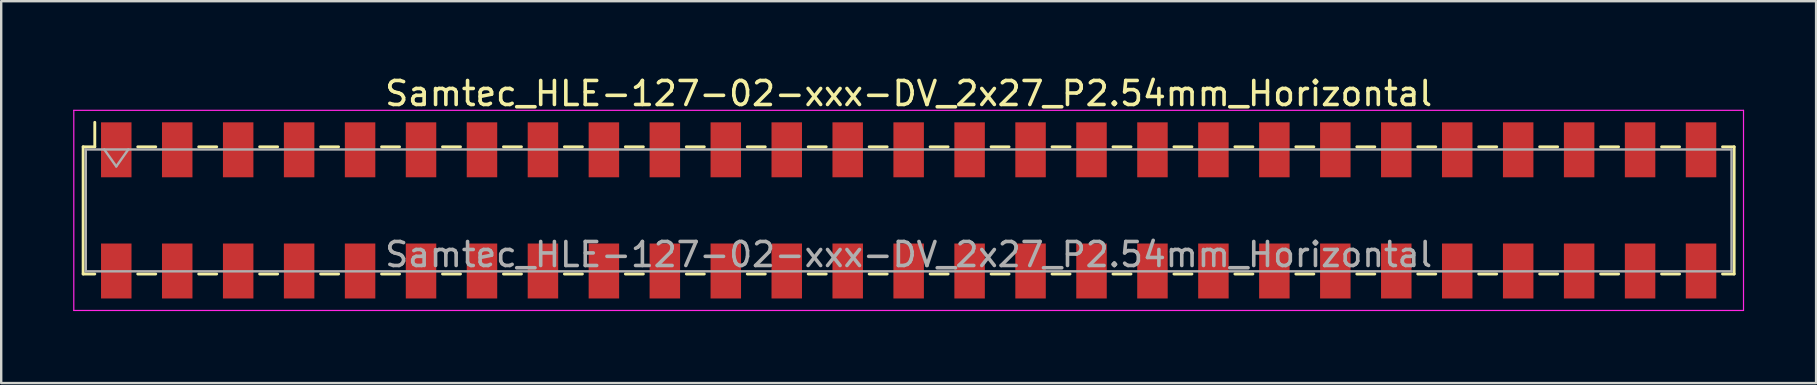
<source format=kicad_pcb>
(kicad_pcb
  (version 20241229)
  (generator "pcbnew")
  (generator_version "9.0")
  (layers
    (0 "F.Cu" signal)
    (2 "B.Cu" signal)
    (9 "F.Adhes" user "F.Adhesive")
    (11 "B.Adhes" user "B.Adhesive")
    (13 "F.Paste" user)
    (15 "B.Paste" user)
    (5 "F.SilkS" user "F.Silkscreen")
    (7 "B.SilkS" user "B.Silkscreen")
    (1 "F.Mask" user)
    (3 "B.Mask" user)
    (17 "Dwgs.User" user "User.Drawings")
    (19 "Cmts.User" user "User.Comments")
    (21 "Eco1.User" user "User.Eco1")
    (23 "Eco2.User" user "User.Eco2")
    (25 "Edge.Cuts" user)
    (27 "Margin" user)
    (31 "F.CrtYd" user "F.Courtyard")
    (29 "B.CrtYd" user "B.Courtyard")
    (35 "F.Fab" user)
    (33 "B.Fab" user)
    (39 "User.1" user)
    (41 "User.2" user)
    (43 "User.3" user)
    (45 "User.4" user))
  (footprint "Samtec_HLE-127-02-xxx-DV_2x27_P2.54mm_Horizontal"
    (layer "F.Cu")
    (at 34.815 5.718)
    (property "Reference" "Samtec_HLE-127-02-xxx-DV_2x27_P2.54mm_Horizontal" (at 0 -4.87 0) (layer "F.SilkS") (effects (font (size 1 1) (thickness 0.15))))
    (attr smd)
    (fp_line (start -34.4 -2.65) (end -34.4 2.65) (stroke (width 0.12) (type solid)) (layer "F.SilkS"))
    (fp_line (start -34.4 2.65) (end -33.915 2.65) (stroke (width 0.12) (type solid)) (layer "F.SilkS"))
    (fp_line (start -33.915 -3.67) (end -33.915 -2.65) (stroke (width 0.12) (type solid)) (layer "F.SilkS"))
    (fp_line (start -33.915 -2.65) (end -34.4 -2.65) (stroke (width 0.12) (type solid)) (layer "F.SilkS"))
    (fp_line (start -32.125 -2.65) (end -31.375 -2.65) (stroke (width 0.12) (type solid)) (layer "F.SilkS"))
    (fp_line (start -32.125 2.65) (end -31.375 2.65) (stroke (width 0.12) (type solid)) (layer "F.SilkS"))
    (fp_line (start -29.585 -2.65) (end -28.835 -2.65) (stroke (width 0.12) (type solid)) (layer "F.SilkS"))
    (fp_line (start -29.585 2.65) (end -28.835 2.65) (stroke (width 0.12) (type solid)) (layer "F.SilkS"))
    (fp_line (start -27.045 -2.65) (end -26.295 -2.65) (stroke (width 0.12) (type solid)) (layer "F.SilkS"))
    (fp_line (start -27.045 2.65) (end -26.295 2.65) (stroke (width 0.12) (type solid)) (layer "F.SilkS"))
    (fp_line (start -24.505 -2.65) (end -23.755 -2.65) (stroke (width 0.12) (type solid)) (layer "F.SilkS"))
    (fp_line (start -24.505 2.65) (end -23.755 2.65) (stroke (width 0.12) (type solid)) (layer "F.SilkS"))
    (fp_line (start -21.965 -2.65) (end -21.215 -2.65) (stroke (width 0.12) (type solid)) (layer "F.SilkS"))
    (fp_line (start -21.965 2.65) (end -21.215 2.65) (stroke (width 0.12) (type solid)) (layer "F.SilkS"))
    (fp_line (start -19.425 -2.65) (end -18.675 -2.65) (stroke (width 0.12) (type solid)) (layer "F.SilkS"))
    (fp_line (start -19.425 2.65) (end -18.675 2.65) (stroke (width 0.12) (type solid)) (layer "F.SilkS"))
    (fp_line (start -16.885 -2.65) (end -16.135 -2.65) (stroke (width 0.12) (type solid)) (layer "F.SilkS"))
    (fp_line (start -16.885 2.65) (end -16.135 2.65) (stroke (width 0.12) (type solid)) (layer "F.SilkS"))
    (fp_line (start -14.345 -2.65) (end -13.595 -2.65) (stroke (width 0.12) (type solid)) (layer "F.SilkS"))
    (fp_line (start -14.345 2.65) (end -13.595 2.65) (stroke (width 0.12) (type solid)) (layer "F.SilkS"))
    (fp_line (start -11.805 -2.65) (end -11.055 -2.65) (stroke (width 0.12) (type solid)) (layer "F.SilkS"))
    (fp_line (start -11.805 2.65) (end -11.055 2.65) (stroke (width 0.12) (type solid)) (layer "F.SilkS"))
    (fp_line (start -9.265 -2.65) (end -8.515 -2.65) (stroke (width 0.12) (type solid)) (layer "F.SilkS"))
    (fp_line (start -9.265 2.65) (end -8.515 2.65) (stroke (width 0.12) (type solid)) (layer "F.SilkS"))
    (fp_line (start -6.725 -2.65) (end -5.975 -2.65) (stroke (width 0.12) (type solid)) (layer "F.SilkS"))
    (fp_line (start -6.725 2.65) (end -5.975 2.65) (stroke (width 0.12) (type solid)) (layer "F.SilkS"))
    (fp_line (start -4.185 -2.65) (end -3.435 -2.65) (stroke (width 0.12) (type solid)) (layer "F.SilkS"))
    (fp_line (start -4.185 2.65) (end -3.435 2.65) (stroke (width 0.12) (type solid)) (layer "F.SilkS"))
    (fp_line (start -1.645 -2.65) (end -0.895 -2.65) (stroke (width 0.12) (type solid)) (layer "F.SilkS"))
    (fp_line (start -1.645 2.65) (end -0.895 2.65) (stroke (width 0.12) (type solid)) (layer "F.SilkS"))
    (fp_line (start 0.895 -2.65) (end 1.645 -2.65) (stroke (width 0.12) (type solid)) (layer "F.SilkS"))
    (fp_line (start 0.895 2.65) (end 1.645 2.65) (stroke (width 0.12) (type solid)) (layer "F.SilkS"))
    (fp_line (start 3.435 -2.65) (end 4.185 -2.65) (stroke (width 0.12) (type solid)) (layer "F.SilkS"))
    (fp_line (start 3.435 2.65) (end 4.185 2.65) (stroke (width 0.12) (type solid)) (layer "F.SilkS"))
    (fp_line (start 5.975 -2.65) (end 6.725 -2.65) (stroke (width 0.12) (type solid)) (layer "F.SilkS"))
    (fp_line (start 5.975 2.65) (end 6.725 2.65) (stroke (width 0.12) (type solid)) (layer "F.SilkS"))
    (fp_line (start 8.515 -2.65) (end 9.265 -2.65) (stroke (width 0.12) (type solid)) (layer "F.SilkS"))
    (fp_line (start 8.515 2.65) (end 9.265 2.65) (stroke (width 0.12) (type solid)) (layer "F.SilkS"))
    (fp_line (start 11.055 -2.65) (end 11.805 -2.65) (stroke (width 0.12) (type solid)) (layer "F.SilkS"))
    (fp_line (start 11.055 2.65) (end 11.805 2.65) (stroke (width 0.12) (type solid)) (layer "F.SilkS"))
    (fp_line (start 13.595 -2.65) (end 14.345 -2.65) (stroke (width 0.12) (type solid)) (layer "F.SilkS"))
    (fp_line (start 13.595 2.65) (end 14.345 2.65) (stroke (width 0.12) (type solid)) (layer "F.SilkS"))
    (fp_line (start 16.135 -2.65) (end 16.885 -2.65) (stroke (width 0.12) (type solid)) (layer "F.SilkS"))
    (fp_line (start 16.135 2.65) (end 16.885 2.65) (stroke (width 0.12) (type solid)) (layer "F.SilkS"))
    (fp_line (start 18.675 -2.65) (end 19.425 -2.65) (stroke (width 0.12) (type solid)) (layer "F.SilkS"))
    (fp_line (start 18.675 2.65) (end 19.425 2.65) (stroke (width 0.12) (type solid)) (layer "F.SilkS"))
    (fp_line (start 21.215 -2.65) (end 21.965 -2.65) (stroke (width 0.12) (type solid)) (layer "F.SilkS"))
    (fp_line (start 21.215 2.65) (end 21.965 2.65) (stroke (width 0.12) (type solid)) (layer "F.SilkS"))
    (fp_line (start 23.755 -2.65) (end 24.505 -2.65) (stroke (width 0.12) (type solid)) (layer "F.SilkS"))
    (fp_line (start 23.755 2.65) (end 24.505 2.65) (stroke (width 0.12) (type solid)) (layer "F.SilkS"))
    (fp_line (start 26.295 -2.65) (end 27.045 -2.65) (stroke (width 0.12) (type solid)) (layer "F.SilkS"))
    (fp_line (start 26.295 2.65) (end 27.045 2.65) (stroke (width 0.12) (type solid)) (layer "F.SilkS"))
    (fp_line (start 28.835 -2.65) (end 29.585 -2.65) (stroke (width 0.12) (type solid)) (layer "F.SilkS"))
    (fp_line (start 28.835 2.65) (end 29.585 2.65) (stroke (width 0.12) (type solid)) (layer "F.SilkS"))
    (fp_line (start 31.375 -2.65) (end 32.125 -2.65) (stroke (width 0.12) (type solid)) (layer "F.SilkS"))
    (fp_line (start 31.375 2.65) (end 32.125 2.65) (stroke (width 0.12) (type solid)) (layer "F.SilkS"))
    (fp_line (start 33.915 -2.65) (end 34.4 -2.65) (stroke (width 0.12) (type solid)) (layer "F.SilkS"))
    (fp_line (start 34.4 -2.65) (end 34.4 2.65) (stroke (width 0.12) (type solid)) (layer "F.SilkS"))
    (fp_line (start 34.4 2.65) (end 33.915 2.65) (stroke (width 0.12) (type solid)) (layer "F.SilkS"))
    (fp_line (start -34.79 -4.17) (end 34.79 -4.17) (stroke (width 0.05) (type solid)) (layer "F.CrtYd"))
    (fp_line (start -34.79 4.17) (end -34.79 -4.17) (stroke (width 0.05) (type solid)) (layer "F.CrtYd"))
    (fp_line (start 34.79 -4.17) (end 34.79 4.17) (stroke (width 0.05) (type solid)) (layer "F.CrtYd"))
    (fp_line (start 34.79 4.17) (end -34.79 4.17) (stroke (width 0.05) (type solid)) (layer "F.CrtYd"))
    (fp_line (start -34.29 -2.54) (end 34.29 -2.54) (stroke (width 0.1) (type solid)) (layer "F.Fab"))
    (fp_line (start -34.29 2.54) (end -34.29 -2.54) (stroke (width 0.1) (type solid)) (layer "F.Fab"))
    (fp_line (start -33.52 -2.54) (end -33.02 -1.833) (stroke (width 0.1) (type solid)) (layer "F.Fab"))
    (fp_line (start -33.02 -1.833) (end -32.52 -2.54) (stroke (width 0.1) (type solid)) (layer "F.Fab"))
    (fp_line (start 34.29 -2.54) (end 34.29 2.54) (stroke (width 0.1) (type solid)) (layer "F.Fab"))
    (fp_line (start 34.29 2.54) (end -34.29 2.54) (stroke (width 0.1) (type solid)) (layer "F.Fab"))
    (fp_text user "${REFERENCE}" (at 0 1.84 0) (layer "F.Fab") (effects (font (size 1 1) (thickness 0.15))))
    (pad "1" smd rect (at -33.02 -2.525) (size 1.27 2.29) (layers "F.Cu" "F.Mask" "F.Paste"))
    (pad "2" smd rect (at -33.02 2.525) (size 1.27 2.29) (layers "F.Cu" "F.Mask" "F.Paste"))
    (pad "3" smd rect (at -30.48 -2.525) (size 1.27 2.29) (layers "F.Cu" "F.Mask" "F.Paste"))
    (pad "4" smd rect (at -30.48 2.525) (size 1.27 2.29) (layers "F.Cu" "F.Mask" "F.Paste"))
    (pad "5" smd rect (at -27.94 -2.525) (size 1.27 2.29) (layers "F.Cu" "F.Mask" "F.Paste"))
    (pad "6" smd rect (at -27.94 2.525) (size 1.27 2.29) (layers "F.Cu" "F.Mask" "F.Paste"))
    (pad "7" smd rect (at -25.4 -2.525) (size 1.27 2.29) (layers "F.Cu" "F.Mask" "F.Paste"))
    (pad "8" smd rect (at -25.4 2.525) (size 1.27 2.29) (layers "F.Cu" "F.Mask" "F.Paste"))
    (pad "9" smd rect (at -22.86 -2.525) (size 1.27 2.29) (layers "F.Cu" "F.Mask" "F.Paste"))
    (pad "10" smd rect (at -22.86 2.525) (size 1.27 2.29) (layers "F.Cu" "F.Mask" "F.Paste"))
    (pad "11" smd rect (at -20.32 -2.525) (size 1.27 2.29) (layers "F.Cu" "F.Mask" "F.Paste"))
    (pad "12" smd rect (at -20.32 2.525) (size 1.27 2.29) (layers "F.Cu" "F.Mask" "F.Paste"))
    (pad "13" smd rect (at -17.78 -2.525) (size 1.27 2.29) (layers "F.Cu" "F.Mask" "F.Paste"))
    (pad "14" smd rect (at -17.78 2.525) (size 1.27 2.29) (layers "F.Cu" "F.Mask" "F.Paste"))
    (pad "15" smd rect (at -15.24 -2.525) (size 1.27 2.29) (layers "F.Cu" "F.Mask" "F.Paste"))
    (pad "16" smd rect (at -15.24 2.525) (size 1.27 2.29) (layers "F.Cu" "F.Mask" "F.Paste"))
    (pad "17" smd rect (at -12.7 -2.525) (size 1.27 2.29) (layers "F.Cu" "F.Mask" "F.Paste"))
    (pad "18" smd rect (at -12.7 2.525) (size 1.27 2.29) (layers "F.Cu" "F.Mask" "F.Paste"))
    (pad "19" smd rect (at -10.16 -2.525) (size 1.27 2.29) (layers "F.Cu" "F.Mask" "F.Paste"))
    (pad "20" smd rect (at -10.16 2.525) (size 1.27 2.29) (layers "F.Cu" "F.Mask" "F.Paste"))
    (pad "21" smd rect (at -7.62 -2.525) (size 1.27 2.29) (layers "F.Cu" "F.Mask" "F.Paste"))
    (pad "22" smd rect (at -7.62 2.525) (size 1.27 2.29) (layers "F.Cu" "F.Mask" "F.Paste"))
    (pad "23" smd rect (at -5.08 -2.525) (size 1.27 2.29) (layers "F.Cu" "F.Mask" "F.Paste"))
    (pad "24" smd rect (at -5.08 2.525) (size 1.27 2.29) (layers "F.Cu" "F.Mask" "F.Paste"))
    (pad "25" smd rect (at -2.54 -2.525) (size 1.27 2.29) (layers "F.Cu" "F.Mask" "F.Paste"))
    (pad "26" smd rect (at -2.54 2.525) (size 1.27 2.29) (layers "F.Cu" "F.Mask" "F.Paste"))
    (pad "27" smd rect (at 0 -2.525) (size 1.27 2.29) (layers "F.Cu" "F.Mask" "F.Paste"))
    (pad "28" smd rect (at 0 2.525) (size 1.27 2.29) (layers "F.Cu" "F.Mask" "F.Paste"))
    (pad "29" smd rect (at 2.54 -2.525) (size 1.27 2.29) (layers "F.Cu" "F.Mask" "F.Paste"))
    (pad "30" smd rect (at 2.54 2.525) (size 1.27 2.29) (layers "F.Cu" "F.Mask" "F.Paste"))
    (pad "31" smd rect (at 5.08 -2.525) (size 1.27 2.29) (layers "F.Cu" "F.Mask" "F.Paste"))
    (pad "32" smd rect (at 5.08 2.525) (size 1.27 2.29) (layers "F.Cu" "F.Mask" "F.Paste"))
    (pad "33" smd rect (at 7.62 -2.525) (size 1.27 2.29) (layers "F.Cu" "F.Mask" "F.Paste"))
    (pad "34" smd rect (at 7.62 2.525) (size 1.27 2.29) (layers "F.Cu" "F.Mask" "F.Paste"))
    (pad "35" smd rect (at 10.16 -2.525) (size 1.27 2.29) (layers "F.Cu" "F.Mask" "F.Paste"))
    (pad "36" smd rect (at 10.16 2.525) (size 1.27 2.29) (layers "F.Cu" "F.Mask" "F.Paste"))
    (pad "37" smd rect (at 12.7 -2.525) (size 1.27 2.29) (layers "F.Cu" "F.Mask" "F.Paste"))
    (pad "38" smd rect (at 12.7 2.525) (size 1.27 2.29) (layers "F.Cu" "F.Mask" "F.Paste"))
    (pad "39" smd rect (at 15.24 -2.525) (size 1.27 2.29) (layers "F.Cu" "F.Mask" "F.Paste"))
    (pad "40" smd rect (at 15.24 2.525) (size 1.27 2.29) (layers "F.Cu" "F.Mask" "F.Paste"))
    (pad "41" smd rect (at 17.78 -2.525) (size 1.27 2.29) (layers "F.Cu" "F.Mask" "F.Paste"))
    (pad "42" smd rect (at 17.78 2.525) (size 1.27 2.29) (layers "F.Cu" "F.Mask" "F.Paste"))
    (pad "43" smd rect (at 20.32 -2.525) (size 1.27 2.29) (layers "F.Cu" "F.Mask" "F.Paste"))
    (pad "44" smd rect (at 20.32 2.525) (size 1.27 2.29) (layers "F.Cu" "F.Mask" "F.Paste"))
    (pad "45" smd rect (at 22.86 -2.525) (size 1.27 2.29) (layers "F.Cu" "F.Mask" "F.Paste"))
    (pad "46" smd rect (at 22.86 2.525) (size 1.27 2.29) (layers "F.Cu" "F.Mask" "F.Paste"))
    (pad "47" smd rect (at 25.4 -2.525) (size 1.27 2.29) (layers "F.Cu" "F.Mask" "F.Paste"))
    (pad "48" smd rect (at 25.4 2.525) (size 1.27 2.29) (layers "F.Cu" "F.Mask" "F.Paste"))
    (pad "49" smd rect (at 27.94 -2.525) (size 1.27 2.29) (layers "F.Cu" "F.Mask" "F.Paste"))
    (pad "50" smd rect (at 27.94 2.525) (size 1.27 2.29) (layers "F.Cu" "F.Mask" "F.Paste"))
    (pad "51" smd rect (at 30.48 -2.525) (size 1.27 2.29) (layers "F.Cu" "F.Mask" "F.Paste"))
    (pad "52" smd rect (at 30.48 2.525) (size 1.27 2.29) (layers "F.Cu" "F.Mask" "F.Paste"))
    (pad "53" smd rect (at 33.02 -2.525) (size 1.27 2.29) (layers "F.Cu" "F.Mask" "F.Paste"))
    (pad "54" smd rect (at 33.02 2.525) (size 1.27 2.29) (layers "F.Cu" "F.Mask" "F.Paste")))
  (gr_rect
    (start -3 -3)
    (end 72.63 12.913)
    (stroke (width 0.1) (type default))
    (fill no)
    (layer "Edge.Cuts")))
</source>
